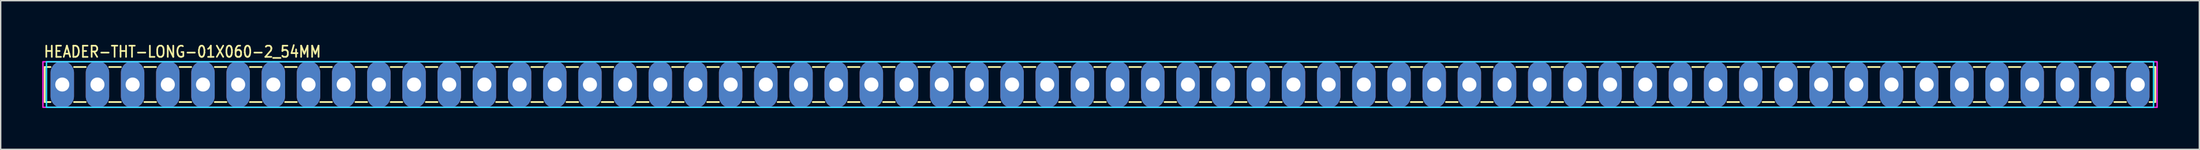
<source format=kicad_pcb>
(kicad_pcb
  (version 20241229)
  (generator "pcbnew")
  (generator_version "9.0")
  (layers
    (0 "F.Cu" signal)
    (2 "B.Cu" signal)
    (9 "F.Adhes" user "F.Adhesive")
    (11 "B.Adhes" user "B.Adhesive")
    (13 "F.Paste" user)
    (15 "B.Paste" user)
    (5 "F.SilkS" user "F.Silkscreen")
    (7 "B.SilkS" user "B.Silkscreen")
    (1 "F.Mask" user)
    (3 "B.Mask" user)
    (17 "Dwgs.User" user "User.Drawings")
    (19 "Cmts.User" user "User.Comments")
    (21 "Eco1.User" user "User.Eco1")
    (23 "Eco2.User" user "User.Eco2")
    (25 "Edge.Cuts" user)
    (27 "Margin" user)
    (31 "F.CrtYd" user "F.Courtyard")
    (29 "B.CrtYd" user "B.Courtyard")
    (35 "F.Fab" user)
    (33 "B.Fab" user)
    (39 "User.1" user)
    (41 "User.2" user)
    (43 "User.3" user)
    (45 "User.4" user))
  (footprint "HEADER-THT-LONG-01X060-2_54MM"
    (layer "F.Cu")
    (at 1.447 3.079)
    (property "Reference" "HEADER-THT-LONG-01X060-2_54MM" (at -1.4 -1.9 0) (unlocked yes) (layer "F.SilkS") (effects (font (size 0.813 0.695) (thickness 0.122)) (justify left bottom)))
    (fp_line (start -1.27 -1.27) (end -1.27 1.27) (stroke (width 0.127) (type solid)) (layer "F.SilkS"))
    (fp_line (start -1.27 1.27) (end -0.85 1.27) (stroke (width 0.127) (type solid)) (layer "F.SilkS"))
    (fp_line (start -0.85 -1.27) (end -1.27 -1.27) (stroke (width 0.127) (type solid)) (layer "F.SilkS"))
    (fp_line (start 0.85 -1.27) (end 1.69 -1.27) (stroke (width 0.127) (type solid)) (layer "F.SilkS"))
    (fp_line (start 0.85 1.27) (end 1.69 1.27) (stroke (width 0.127) (type solid)) (layer "F.SilkS"))
    (fp_line (start 3.39 -1.27) (end 4.23 -1.27) (stroke (width 0.127) (type solid)) (layer "F.SilkS"))
    (fp_line (start 3.39 1.27) (end 4.23 1.27) (stroke (width 0.127) (type solid)) (layer "F.SilkS"))
    (fp_line (start 5.93 -1.27) (end 6.77 -1.27) (stroke (width 0.127) (type solid)) (layer "F.SilkS"))
    (fp_line (start 5.93 1.27) (end 6.77 1.27) (stroke (width 0.127) (type solid)) (layer "F.SilkS"))
    (fp_line (start 8.47 -1.27) (end 9.31 -1.27) (stroke (width 0.127) (type solid)) (layer "F.SilkS"))
    (fp_line (start 8.47 1.27) (end 9.31 1.27) (stroke (width 0.127) (type solid)) (layer "F.SilkS"))
    (fp_line (start 11.01 -1.27) (end 11.85 -1.27) (stroke (width 0.127) (type solid)) (layer "F.SilkS"))
    (fp_line (start 11.01 1.27) (end 11.85 1.27) (stroke (width 0.127) (type solid)) (layer "F.SilkS"))
    (fp_line (start 13.55 -1.27) (end 14.39 -1.27) (stroke (width 0.127) (type solid)) (layer "F.SilkS"))
    (fp_line (start 13.55 1.27) (end 14.39 1.27) (stroke (width 0.127) (type solid)) (layer "F.SilkS"))
    (fp_line (start 16.09 -1.27) (end 16.93 -1.27) (stroke (width 0.127) (type solid)) (layer "F.SilkS"))
    (fp_line (start 16.09 1.27) (end 16.93 1.27) (stroke (width 0.127) (type solid)) (layer "F.SilkS"))
    (fp_line (start 18.63 -1.27) (end 19.47 -1.27) (stroke (width 0.127) (type solid)) (layer "F.SilkS"))
    (fp_line (start 18.63 1.27) (end 19.47 1.27) (stroke (width 0.127) (type solid)) (layer "F.SilkS"))
    (fp_line (start 21.17 -1.27) (end 22.01 -1.27) (stroke (width 0.127) (type solid)) (layer "F.SilkS"))
    (fp_line (start 21.17 1.27) (end 22.01 1.27) (stroke (width 0.127) (type solid)) (layer "F.SilkS"))
    (fp_line (start 23.71 -1.27) (end 24.55 -1.27) (stroke (width 0.127) (type solid)) (layer "F.SilkS"))
    (fp_line (start 23.71 1.27) (end 24.55 1.27) (stroke (width 0.127) (type solid)) (layer "F.SilkS"))
    (fp_line (start 26.25 -1.27) (end 27.09 -1.27) (stroke (width 0.127) (type solid)) (layer "F.SilkS"))
    (fp_line (start 26.25 1.27) (end 27.09 1.27) (stroke (width 0.127) (type solid)) (layer "F.SilkS"))
    (fp_line (start 28.79 -1.27) (end 29.63 -1.27) (stroke (width 0.127) (type solid)) (layer "F.SilkS"))
    (fp_line (start 28.79 1.27) (end 29.63 1.27) (stroke (width 0.127) (type solid)) (layer "F.SilkS"))
    (fp_line (start 31.33 -1.27) (end 32.17 -1.27) (stroke (width 0.127) (type solid)) (layer "F.SilkS"))
    (fp_line (start 31.33 1.27) (end 32.17 1.27) (stroke (width 0.127) (type solid)) (layer "F.SilkS"))
    (fp_line (start 33.87 -1.27) (end 34.71 -1.27) (stroke (width 0.127) (type solid)) (layer "F.SilkS"))
    (fp_line (start 33.87 1.27) (end 34.71 1.27) (stroke (width 0.127) (type solid)) (layer "F.SilkS"))
    (fp_line (start 36.41 -1.27) (end 37.25 -1.27) (stroke (width 0.127) (type solid)) (layer "F.SilkS"))
    (fp_line (start 36.41 1.27) (end 37.25 1.27) (stroke (width 0.127) (type solid)) (layer "F.SilkS"))
    (fp_line (start 38.95 -1.27) (end 39.79 -1.27) (stroke (width 0.127) (type solid)) (layer "F.SilkS"))
    (fp_line (start 38.95 1.27) (end 39.79 1.27) (stroke (width 0.127) (type solid)) (layer "F.SilkS"))
    (fp_line (start 41.49 -1.27) (end 42.33 -1.27) (stroke (width 0.127) (type solid)) (layer "F.SilkS"))
    (fp_line (start 41.49 1.27) (end 42.33 1.27) (stroke (width 0.127) (type solid)) (layer "F.SilkS"))
    (fp_line (start 44.03 -1.27) (end 44.87 -1.27) (stroke (width 0.127) (type solid)) (layer "F.SilkS"))
    (fp_line (start 44.03 1.27) (end 44.87 1.27) (stroke (width 0.127) (type solid)) (layer "F.SilkS"))
    (fp_line (start 46.57 -1.27) (end 47.41 -1.27) (stroke (width 0.127) (type solid)) (layer "F.SilkS"))
    (fp_line (start 46.57 1.27) (end 47.41 1.27) (stroke (width 0.127) (type solid)) (layer "F.SilkS"))
    (fp_line (start 49.11 -1.27) (end 49.95 -1.27) (stroke (width 0.127) (type solid)) (layer "F.SilkS"))
    (fp_line (start 49.11 1.27) (end 49.95 1.27) (stroke (width 0.127) (type solid)) (layer "F.SilkS"))
    (fp_line (start 51.65 -1.27) (end 52.49 -1.27) (stroke (width 0.127) (type solid)) (layer "F.SilkS"))
    (fp_line (start 51.65 1.27) (end 52.49 1.27) (stroke (width 0.127) (type solid)) (layer "F.SilkS"))
    (fp_line (start 54.19 -1.27) (end 55.03 -1.27) (stroke (width 0.127) (type solid)) (layer "F.SilkS"))
    (fp_line (start 54.19 1.27) (end 55.03 1.27) (stroke (width 0.127) (type solid)) (layer "F.SilkS"))
    (fp_line (start 56.73 -1.27) (end 57.57 -1.27) (stroke (width 0.127) (type solid)) (layer "F.SilkS"))
    (fp_line (start 56.73 1.27) (end 57.57 1.27) (stroke (width 0.127) (type solid)) (layer "F.SilkS"))
    (fp_line (start 59.27 -1.27) (end 60.11 -1.27) (stroke (width 0.127) (type solid)) (layer "F.SilkS"))
    (fp_line (start 59.27 1.27) (end 60.11 1.27) (stroke (width 0.127) (type solid)) (layer "F.SilkS"))
    (fp_line (start 61.81 -1.27) (end 62.65 -1.27) (stroke (width 0.127) (type solid)) (layer "F.SilkS"))
    (fp_line (start 61.81 1.27) (end 62.65 1.27) (stroke (width 0.127) (type solid)) (layer "F.SilkS"))
    (fp_line (start 64.35 -1.27) (end 65.19 -1.27) (stroke (width 0.127) (type solid)) (layer "F.SilkS"))
    (fp_line (start 64.35 1.27) (end 65.19 1.27) (stroke (width 0.127) (type solid)) (layer "F.SilkS"))
    (fp_line (start 66.89 -1.27) (end 67.73 -1.27) (stroke (width 0.127) (type solid)) (layer "F.SilkS"))
    (fp_line (start 66.89 1.27) (end 67.73 1.27) (stroke (width 0.127) (type solid)) (layer "F.SilkS"))
    (fp_line (start 69.43 -1.27) (end 70.27 -1.27) (stroke (width 0.127) (type solid)) (layer "F.SilkS"))
    (fp_line (start 69.43 1.27) (end 70.27 1.27) (stroke (width 0.127) (type solid)) (layer "F.SilkS"))
    (fp_line (start 71.97 -1.27) (end 72.81 -1.27) (stroke (width 0.127) (type solid)) (layer "F.SilkS"))
    (fp_line (start 71.97 1.27) (end 72.81 1.27) (stroke (width 0.127) (type solid)) (layer "F.SilkS"))
    (fp_line (start 74.51 -1.27) (end 75.35 -1.27) (stroke (width 0.127) (type solid)) (layer "F.SilkS"))
    (fp_line (start 74.51 1.27) (end 75.35 1.27) (stroke (width 0.127) (type solid)) (layer "F.SilkS"))
    (fp_line (start 77.05 -1.27) (end 77.89 -1.27) (stroke (width 0.127) (type solid)) (layer "F.SilkS"))
    (fp_line (start 77.05 1.27) (end 77.89 1.27) (stroke (width 0.127) (type solid)) (layer "F.SilkS"))
    (fp_line (start 79.59 -1.27) (end 80.43 -1.27) (stroke (width 0.127) (type solid)) (layer "F.SilkS"))
    (fp_line (start 79.59 1.27) (end 80.43 1.27) (stroke (width 0.127) (type solid)) (layer "F.SilkS"))
    (fp_line (start 82.13 -1.27) (end 82.97 -1.27) (stroke (width 0.127) (type solid)) (layer "F.SilkS"))
    (fp_line (start 82.13 1.27) (end 82.97 1.27) (stroke (width 0.127) (type solid)) (layer "F.SilkS"))
    (fp_line (start 84.67 -1.27) (end 85.51 -1.27) (stroke (width 0.127) (type solid)) (layer "F.SilkS"))
    (fp_line (start 84.67 1.27) (end 85.51 1.27) (stroke (width 0.127) (type solid)) (layer "F.SilkS"))
    (fp_line (start 87.21 -1.27) (end 88.05 -1.27) (stroke (width 0.127) (type solid)) (layer "F.SilkS"))
    (fp_line (start 87.21 1.27) (end 88.05 1.27) (stroke (width 0.127) (type solid)) (layer "F.SilkS"))
    (fp_line (start 89.75 -1.27) (end 90.59 -1.27) (stroke (width 0.127) (type solid)) (layer "F.SilkS"))
    (fp_line (start 89.75 1.27) (end 90.59 1.27) (stroke (width 0.127) (type solid)) (layer "F.SilkS"))
    (fp_line (start 92.29 -1.27) (end 93.13 -1.27) (stroke (width 0.127) (type solid)) (layer "F.SilkS"))
    (fp_line (start 92.29 1.27) (end 93.13 1.27) (stroke (width 0.127) (type solid)) (layer "F.SilkS"))
    (fp_line (start 94.83 -1.27) (end 95.67 -1.27) (stroke (width 0.127) (type solid)) (layer "F.SilkS"))
    (fp_line (start 94.83 1.27) (end 95.67 1.27) (stroke (width 0.127) (type solid)) (layer "F.SilkS"))
    (fp_line (start 97.37 -1.27) (end 98.21 -1.27) (stroke (width 0.127) (type solid)) (layer "F.SilkS"))
    (fp_line (start 97.37 1.27) (end 98.21 1.27) (stroke (width 0.127) (type solid)) (layer "F.SilkS"))
    (fp_line (start 99.91 -1.27) (end 100.75 -1.27) (stroke (width 0.127) (type solid)) (layer "F.SilkS"))
    (fp_line (start 99.91 1.27) (end 100.75 1.27) (stroke (width 0.127) (type solid)) (layer "F.SilkS"))
    (fp_line (start 102.45 -1.27) (end 103.29 -1.27) (stroke (width 0.127) (type solid)) (layer "F.SilkS"))
    (fp_line (start 102.45 1.27) (end 103.29 1.27) (stroke (width 0.127) (type solid)) (layer "F.SilkS"))
    (fp_line (start 104.99 -1.27) (end 105.83 -1.27) (stroke (width 0.127) (type solid)) (layer "F.SilkS"))
    (fp_line (start 104.99 1.27) (end 105.83 1.27) (stroke (width 0.127) (type solid)) (layer "F.SilkS"))
    (fp_line (start 107.53 -1.27) (end 108.37 -1.27) (stroke (width 0.127) (type solid)) (layer "F.SilkS"))
    (fp_line (start 107.53 1.27) (end 108.37 1.27) (stroke (width 0.127) (type solid)) (layer "F.SilkS"))
    (fp_line (start 110.07 -1.27) (end 110.91 -1.27) (stroke (width 0.127) (type solid)) (layer "F.SilkS"))
    (fp_line (start 110.07 1.27) (end 110.91 1.27) (stroke (width 0.127) (type solid)) (layer "F.SilkS"))
    (fp_line (start 112.61 -1.27) (end 113.45 -1.27) (stroke (width 0.127) (type solid)) (layer "F.SilkS"))
    (fp_line (start 112.61 1.27) (end 113.45 1.27) (stroke (width 0.127) (type solid)) (layer "F.SilkS"))
    (fp_line (start 115.15 -1.27) (end 115.99 -1.27) (stroke (width 0.127) (type solid)) (layer "F.SilkS"))
    (fp_line (start 115.15 1.27) (end 115.99 1.27) (stroke (width 0.127) (type solid)) (layer "F.SilkS"))
    (fp_line (start 117.69 -1.27) (end 118.53 -1.27) (stroke (width 0.127) (type solid)) (layer "F.SilkS"))
    (fp_line (start 117.69 1.27) (end 118.53 1.27) (stroke (width 0.127) (type solid)) (layer "F.SilkS"))
    (fp_line (start 120.23 -1.27) (end 121.07 -1.27) (stroke (width 0.127) (type solid)) (layer "F.SilkS"))
    (fp_line (start 120.23 1.27) (end 121.07 1.27) (stroke (width 0.127) (type solid)) (layer "F.SilkS"))
    (fp_line (start 122.77 -1.27) (end 123.61 -1.27) (stroke (width 0.127) (type solid)) (layer "F.SilkS"))
    (fp_line (start 122.77 1.27) (end 123.61 1.27) (stroke (width 0.127) (type solid)) (layer "F.SilkS"))
    (fp_line (start 125.31 -1.27) (end 126.15 -1.27) (stroke (width 0.127) (type solid)) (layer "F.SilkS"))
    (fp_line (start 125.31 1.27) (end 126.15 1.27) (stroke (width 0.127) (type solid)) (layer "F.SilkS"))
    (fp_line (start 127.85 -1.27) (end 128.69 -1.27) (stroke (width 0.127) (type solid)) (layer "F.SilkS"))
    (fp_line (start 127.85 1.27) (end 128.69 1.27) (stroke (width 0.127) (type solid)) (layer "F.SilkS"))
    (fp_line (start 130.39 -1.27) (end 131.23 -1.27) (stroke (width 0.127) (type solid)) (layer "F.SilkS"))
    (fp_line (start 130.39 1.27) (end 131.23 1.27) (stroke (width 0.127) (type solid)) (layer "F.SilkS"))
    (fp_line (start 132.93 -1.27) (end 133.77 -1.27) (stroke (width 0.127) (type solid)) (layer "F.SilkS"))
    (fp_line (start 132.93 1.27) (end 133.77 1.27) (stroke (width 0.127) (type solid)) (layer "F.SilkS"))
    (fp_line (start 135.47 -1.27) (end 136.31 -1.27) (stroke (width 0.127) (type solid)) (layer "F.SilkS"))
    (fp_line (start 135.47 1.27) (end 136.31 1.27) (stroke (width 0.127) (type solid)) (layer "F.SilkS"))
    (fp_line (start 138.01 -1.27) (end 138.85 -1.27) (stroke (width 0.127) (type solid)) (layer "F.SilkS"))
    (fp_line (start 138.01 1.27) (end 138.85 1.27) (stroke (width 0.127) (type solid)) (layer "F.SilkS"))
    (fp_line (start 140.55 -1.27) (end 141.39 -1.27) (stroke (width 0.127) (type solid)) (layer "F.SilkS"))
    (fp_line (start 140.55 1.27) (end 141.39 1.27) (stroke (width 0.127) (type solid)) (layer "F.SilkS"))
    (fp_line (start 143.09 -1.27) (end 143.93 -1.27) (stroke (width 0.127) (type solid)) (layer "F.SilkS"))
    (fp_line (start 143.09 1.27) (end 143.93 1.27) (stroke (width 0.127) (type solid)) (layer "F.SilkS"))
    (fp_line (start 145.63 -1.27) (end 146.47 -1.27) (stroke (width 0.127) (type solid)) (layer "F.SilkS"))
    (fp_line (start 145.63 1.27) (end 146.47 1.27) (stroke (width 0.127) (type solid)) (layer "F.SilkS"))
    (fp_line (start 148.17 -1.27) (end 149.01 -1.27) (stroke (width 0.127) (type solid)) (layer "F.SilkS"))
    (fp_line (start 148.17 1.27) (end 149.01 1.27) (stroke (width 0.127) (type solid)) (layer "F.SilkS"))
    (fp_line (start 150.71 -1.27) (end 151.13 -1.27) (stroke (width 0.127) (type solid)) (layer "F.SilkS"))
    (fp_line (start 151.13 -1.27) (end 151.13 1.27) (stroke (width 0.127) (type solid)) (layer "F.SilkS"))
    (fp_line (start 151.13 1.27) (end 150.71 1.27) (stroke (width 0.127) (type solid)) (layer "F.SilkS"))
    (fp_poly (pts (xy -1.143 -1.651) (xy 151.003 -1.651) (xy 151.003 1.651) (xy -1.143 1.651)) (stroke (width 0.1) (type solid)) (fill no) (layer "B.CrtYd"))
    (fp_poly (pts (xy -1.397 -1.651) (xy 151.257 -1.651) (xy 151.257 1.651) (xy -1.397 1.651)) (stroke (width 0.1) (type solid)) (fill no) (layer "F.CrtYd"))
    (pad "P$1" thru_hole oval (at 0 0 90) (size 3.387 1.693) (drill 1.016) (layers "*.Cu" "*.Mask"))
    (pad "P$2" thru_hole oval (at 2.54 0 90) (size 3.387 1.693) (drill 1.016) (layers "*.Cu" "*.Mask"))
    (pad "P$3" thru_hole oval (at 5.08 0 90) (size 3.387 1.693) (drill 1.016) (layers "*.Cu" "*.Mask"))
    (pad "P$4" thru_hole oval (at 7.62 0 90) (size 3.387 1.693) (drill 1.016) (layers "*.Cu" "*.Mask"))
    (pad "P$5" thru_hole oval (at 10.16 0 90) (size 3.387 1.693) (drill 1.016) (layers "*.Cu" "*.Mask"))
    (pad "P$6" thru_hole oval (at 12.7 0 90) (size 3.387 1.693) (drill 1.016) (layers "*.Cu" "*.Mask"))
    (pad "P$7" thru_hole oval (at 15.24 0 90) (size 3.387 1.693) (drill 1.016) (layers "*.Cu" "*.Mask"))
    (pad "P$8" thru_hole oval (at 17.78 0 90) (size 3.387 1.693) (drill 1.016) (layers "*.Cu" "*.Mask"))
    (pad "P$9" thru_hole oval (at 20.32 0 90) (size 3.387 1.693) (drill 1.016) (layers "*.Cu" "*.Mask"))
    (pad "P$10" thru_hole oval (at 22.86 0 90) (size 3.387 1.693) (drill 1.016) (layers "*.Cu" "*.Mask"))
    (pad "P$11" thru_hole oval (at 25.4 0 90) (size 3.387 1.693) (drill 1.016) (layers "*.Cu" "*.Mask"))
    (pad "P$12" thru_hole oval (at 27.94 0 90) (size 3.387 1.693) (drill 1.016) (layers "*.Cu" "*.Mask"))
    (pad "P$13" thru_hole oval (at 30.48 0 90) (size 3.387 1.693) (drill 1.016) (layers "*.Cu" "*.Mask"))
    (pad "P$14" thru_hole oval (at 33.02 0 90) (size 3.387 1.693) (drill 1.016) (layers "*.Cu" "*.Mask"))
    (pad "P$15" thru_hole oval (at 35.56 0 90) (size 3.387 1.693) (drill 1.016) (layers "*.Cu" "*.Mask"))
    (pad "P$16" thru_hole oval (at 38.1 0 90) (size 3.387 1.693) (drill 1.016) (layers "*.Cu" "*.Mask"))
    (pad "P$17" thru_hole oval (at 40.64 0 90) (size 3.387 1.693) (drill 1.016) (layers "*.Cu" "*.Mask"))
    (pad "P$18" thru_hole oval (at 43.18 0 90) (size 3.387 1.693) (drill 1.016) (layers "*.Cu" "*.Mask"))
    (pad "P$19" thru_hole oval (at 45.72 0 90) (size 3.387 1.693) (drill 1.016) (layers "*.Cu" "*.Mask"))
    (pad "P$20" thru_hole oval (at 48.26 0 90) (size 3.387 1.693) (drill 1.016) (layers "*.Cu" "*.Mask"))
    (pad "P$21" thru_hole oval (at 50.8 0 90) (size 3.387 1.693) (drill 1.016) (layers "*.Cu" "*.Mask"))
    (pad "P$22" thru_hole oval (at 53.34 0 90) (size 3.387 1.693) (drill 1.016) (layers "*.Cu" "*.Mask"))
    (pad "P$23" thru_hole oval (at 55.88 0 90) (size 3.387 1.693) (drill 1.016) (layers "*.Cu" "*.Mask"))
    (pad "P$24" thru_hole oval (at 58.42 0 90) (size 3.387 1.693) (drill 1.016) (layers "*.Cu" "*.Mask"))
    (pad "P$25" thru_hole oval (at 60.96 0 90) (size 3.387 1.693) (drill 1.016) (layers "*.Cu" "*.Mask"))
    (pad "P$26" thru_hole oval (at 63.5 0 90) (size 3.387 1.693) (drill 1.016) (layers "*.Cu" "*.Mask"))
    (pad "P$27" thru_hole oval (at 66.04 0 90) (size 3.387 1.693) (drill 1.016) (layers "*.Cu" "*.Mask"))
    (pad "P$28" thru_hole oval (at 68.58 0 90) (size 3.387 1.693) (drill 1.016) (layers "*.Cu" "*.Mask"))
    (pad "P$29" thru_hole oval (at 71.12 0 90) (size 3.387 1.693) (drill 1.016) (layers "*.Cu" "*.Mask"))
    (pad "P$30" thru_hole oval (at 73.66 0 90) (size 3.387 1.693) (drill 1.016) (layers "*.Cu" "*.Mask"))
    (pad "P$31" thru_hole oval (at 76.2 0 90) (size 3.387 1.693) (drill 1.016) (layers "*.Cu" "*.Mask"))
    (pad "P$32" thru_hole oval (at 78.74 0 90) (size 3.387 1.693) (drill 1.016) (layers "*.Cu" "*.Mask"))
    (pad "P$33" thru_hole oval (at 81.28 0 90) (size 3.387 1.693) (drill 1.016) (layers "*.Cu" "*.Mask"))
    (pad "P$34" thru_hole oval (at 83.82 0 90) (size 3.387 1.693) (drill 1.016) (layers "*.Cu" "*.Mask"))
    (pad "P$35" thru_hole oval (at 86.36 0 90) (size 3.387 1.693) (drill 1.016) (layers "*.Cu" "*.Mask"))
    (pad "P$36" thru_hole oval (at 88.9 0 90) (size 3.387 1.693) (drill 1.016) (layers "*.Cu" "*.Mask"))
    (pad "P$37" thru_hole oval (at 91.44 0 90) (size 3.387 1.693) (drill 1.016) (layers "*.Cu" "*.Mask"))
    (pad "P$38" thru_hole oval (at 93.98 0 90) (size 3.387 1.693) (drill 1.016) (layers "*.Cu" "*.Mask"))
    (pad "P$39" thru_hole oval (at 96.52 0 90) (size 3.387 1.693) (drill 1.016) (layers "*.Cu" "*.Mask"))
    (pad "P$40" thru_hole oval (at 99.06 0 90) (size 3.387 1.693) (drill 1.016) (layers "*.Cu" "*.Mask"))
    (pad "P$41" thru_hole oval (at 101.6 0 90) (size 3.387 1.693) (drill 1.016) (layers "*.Cu" "*.Mask"))
    (pad "P$42" thru_hole oval (at 104.14 0 90) (size 3.387 1.693) (drill 1.016) (layers "*.Cu" "*.Mask"))
    (pad "P$43" thru_hole oval (at 106.68 0 90) (size 3.387 1.693) (drill 1.016) (layers "*.Cu" "*.Mask"))
    (pad "P$44" thru_hole oval (at 109.22 0 90) (size 3.387 1.693) (drill 1.016) (layers "*.Cu" "*.Mask"))
    (pad "P$45" thru_hole oval (at 111.76 0 90) (size 3.387 1.693) (drill 1.016) (layers "*.Cu" "*.Mask"))
    (pad "P$46" thru_hole oval (at 114.3 0 90) (size 3.387 1.693) (drill 1.016) (layers "*.Cu" "*.Mask"))
    (pad "P$47" thru_hole oval (at 116.84 0 90) (size 3.387 1.693) (drill 1.016) (layers "*.Cu" "*.Mask"))
    (pad "P$48" thru_hole oval (at 119.38 0 90) (size 3.387 1.693) (drill 1.016) (layers "*.Cu" "*.Mask"))
    (pad "P$49" thru_hole oval (at 121.92 0 90) (size 3.387 1.693) (drill 1.016) (layers "*.Cu" "*.Mask"))
    (pad "P$50" thru_hole oval (at 124.46 0 90) (size 3.387 1.693) (drill 1.016) (layers "*.Cu" "*.Mask"))
    (pad "P$51" thru_hole oval (at 127 0 90) (size 3.387 1.693) (drill 1.016) (layers "*.Cu" "*.Mask"))
    (pad "P$52" thru_hole oval (at 129.54 0 90) (size 3.387 1.693) (drill 1.016) (layers "*.Cu" "*.Mask"))
    (pad "P$53" thru_hole oval (at 132.08 0 90) (size 3.387 1.693) (drill 1.016) (layers "*.Cu" "*.Mask"))
    (pad "P$54" thru_hole oval (at 134.62 0 90) (size 3.387 1.693) (drill 1.016) (layers "*.Cu" "*.Mask"))
    (pad "P$55" thru_hole oval (at 137.16 0 90) (size 3.387 1.693) (drill 1.016) (layers "*.Cu" "*.Mask"))
    (pad "P$56" thru_hole oval (at 139.7 0 90) (size 3.387 1.693) (drill 1.016) (layers "*.Cu" "*.Mask"))
    (pad "P$57" thru_hole oval (at 142.24 0 90) (size 3.387 1.693) (drill 1.016) (layers "*.Cu" "*.Mask"))
    (pad "P$58" thru_hole oval (at 144.78 0 90) (size 3.387 1.693) (drill 1.016) (layers "*.Cu" "*.Mask"))
    (pad "P$59" thru_hole oval (at 147.32 0 90) (size 3.387 1.693) (drill 1.016) (layers "*.Cu" "*.Mask"))
    (pad "P$60" thru_hole oval (at 149.86 0 90) (size 3.387 1.693) (drill 1.016) (layers "*.Cu" "*.Mask")))
  (gr_rect
    (start -3 -3)
    (end 155.754 7.78)
    (stroke (width 0.1) (type default))
    (fill no)
    (layer "Edge.Cuts")))
</source>
